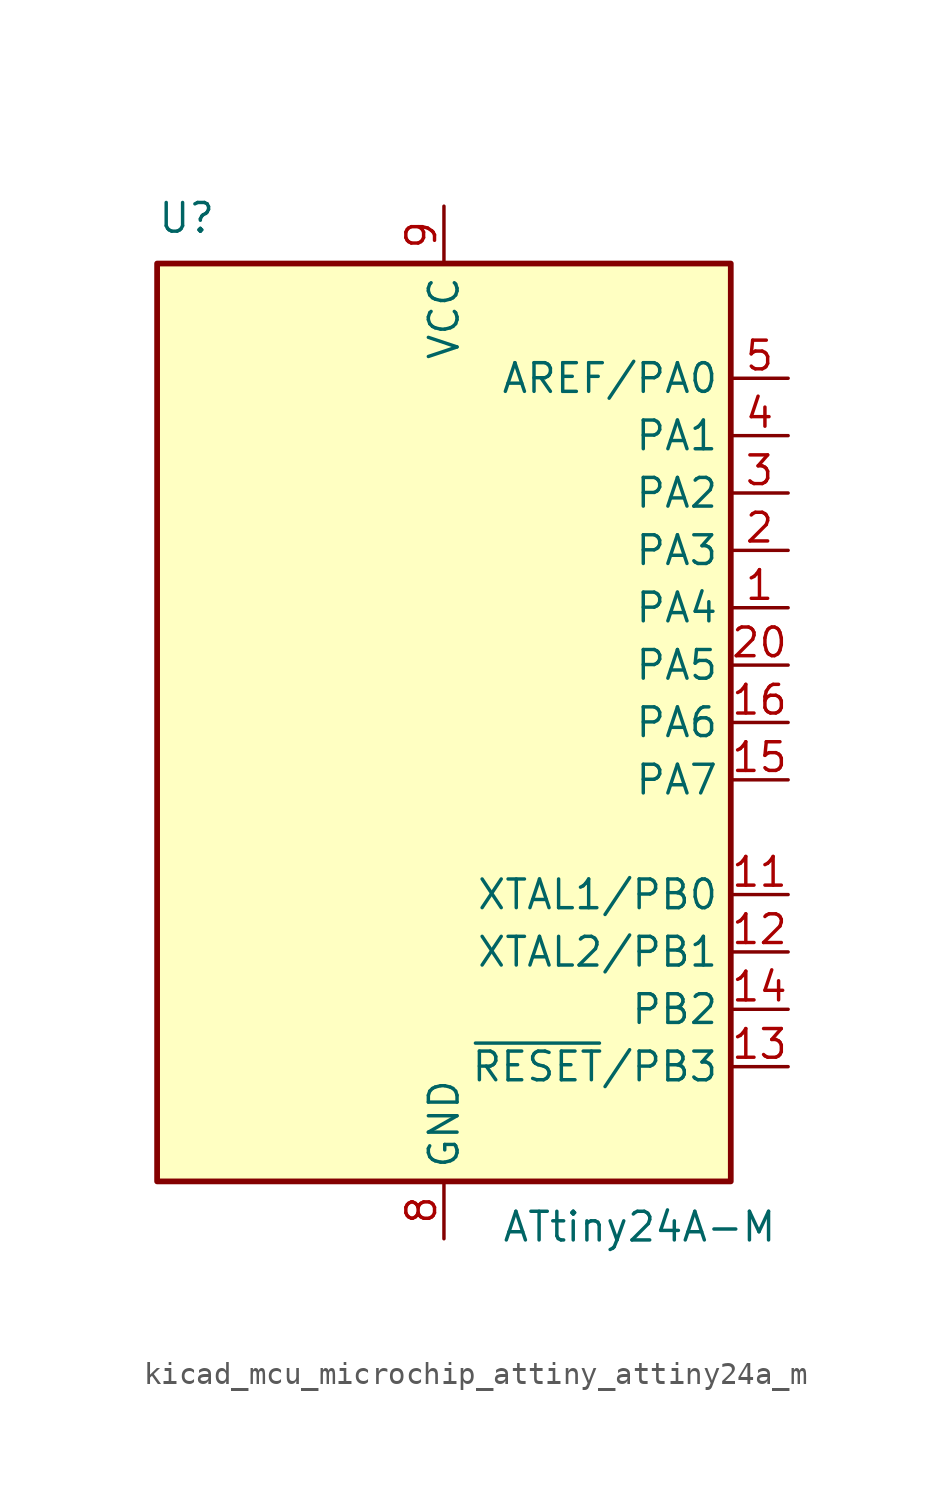
<source format=kicad_sym>
(kicad_symbol_lib
  (version 20220914)
  (generator kicad_symbol_editor)
  (symbol "kicad_mcu_microchip_attiny_attiny24a_m"
    (property "Reference" "U"
      (at -12.7 21.59 0)
      (effects (font (size 1.27 1.27)) (justify left bottom)))
    (property "Value" "ATtiny24A-M"
      (at 2.54 -21.59 0)
      (effects (font (size 1.27 1.27)) (justify left top)))
    (symbol "kicad_mcu_microchip_attiny_attiny24a_m_0_1"
      (rectangle (start -12.7 -20.32) (end 12.7 20.32) (stroke (width 0.254) (type default)) (fill (type background))))
    (symbol "kicad_mcu_microchip_attiny_attiny24a_m_1_1"
      (pin bidirectional line (at 15.24 5.08 180) (length 2.54) (name "PA4" (effects (font (size 1.27 1.27)))) (number "1" (effects (font (size 1.27 1.27)))))
      (pin no_connect line (at -12.7 -10.16 0) (length 2.54) hide (name "NC" (effects (font (size 1.27 1.27)))) (number "10" (effects (font (size 1.27 1.27)))))
      (pin bidirectional line (at 15.24 -7.62 180) (length 2.54) (name "XTAL1/PB0" (effects (font (size 1.27 1.27)))) (number "11" (effects (font (size 1.27 1.27)))))
      (pin bidirectional line (at 15.24 -10.16 180) (length 2.54) (name "XTAL2/PB1" (effects (font (size 1.27 1.27)))) (number "12" (effects (font (size 1.27 1.27)))))
      (pin bidirectional line (at 15.24 -15.24 180) (length 2.54) (name "~{RESET}/PB3" (effects (font (size 1.27 1.27)))) (number "13" (effects (font (size 1.27 1.27)))))
      (pin bidirectional line (at 15.24 -12.7 180) (length 2.54) (name "PB2" (effects (font (size 1.27 1.27)))) (number "14" (effects (font (size 1.27 1.27)))))
      (pin bidirectional line (at 15.24 -2.54 180) (length 2.54) (name "PA7" (effects (font (size 1.27 1.27)))) (number "15" (effects (font (size 1.27 1.27)))))
      (pin bidirectional line (at 15.24 0 180) (length 2.54) (name "PA6" (effects (font (size 1.27 1.27)))) (number "16" (effects (font (size 1.27 1.27)))))
      (pin no_connect line (at -12.7 -12.7 0) (length 2.54) hide (name "NC" (effects (font (size 1.27 1.27)))) (number "17" (effects (font (size 1.27 1.27)))))
      (pin no_connect line (at -12.7 -15.24 0) (length 2.54) hide (name "NC" (effects (font (size 1.27 1.27)))) (number "18" (effects (font (size 1.27 1.27)))))
      (pin no_connect line (at -12.7 -17.78 0) (length 2.54) hide (name "NC" (effects (font (size 1.27 1.27)))) (number "19" (effects (font (size 1.27 1.27)))))
      (pin bidirectional line (at 15.24 7.62 180) (length 2.54) (name "PA3" (effects (font (size 1.27 1.27)))) (number "2" (effects (font (size 1.27 1.27)))))
      (pin bidirectional line (at 15.24 2.54 180) (length 2.54) (name "PA5" (effects (font (size 1.27 1.27)))) (number "20" (effects (font (size 1.27 1.27)))))
      (pin passive line (at 0 -22.86 90) (length 2.54) hide (name "GND" (effects (font (size 1.27 1.27)))) (number "21" (effects (font (size 1.27 1.27)))))
      (pin bidirectional line (at 15.24 10.16 180) (length 2.54) (name "PA2" (effects (font (size 1.27 1.27)))) (number "3" (effects (font (size 1.27 1.27)))))
      (pin bidirectional line (at 15.24 12.7 180) (length 2.54) (name "PA1" (effects (font (size 1.27 1.27)))) (number "4" (effects (font (size 1.27 1.27)))))
      (pin bidirectional line (at 15.24 15.24 180) (length 2.54) (name "AREF/PA0" (effects (font (size 1.27 1.27)))) (number "5" (effects (font (size 1.27 1.27)))))
      (pin no_connect line (at -12.7 -5.08 0) (length 2.54) hide (name "NC" (effects (font (size 1.27 1.27)))) (number "6" (effects (font (size 1.27 1.27)))))
      (pin no_connect line (at -12.7 -7.62 0) (length 2.54) hide (name "NC" (effects (font (size 1.27 1.27)))) (number "7" (effects (font (size 1.27 1.27)))))
      (pin power_in line (at 0 -22.86 90) (length 2.54) (name "GND" (effects (font (size 1.27 1.27)))) (number "8" (effects (font (size 1.27 1.27)))))
      (pin power_in line (at 0 22.86 270) (length 2.54) (name "VCC" (effects (font (size 1.27 1.27)))) (number "9" (effects (font (size 1.27 1.27))))))))
</source>
